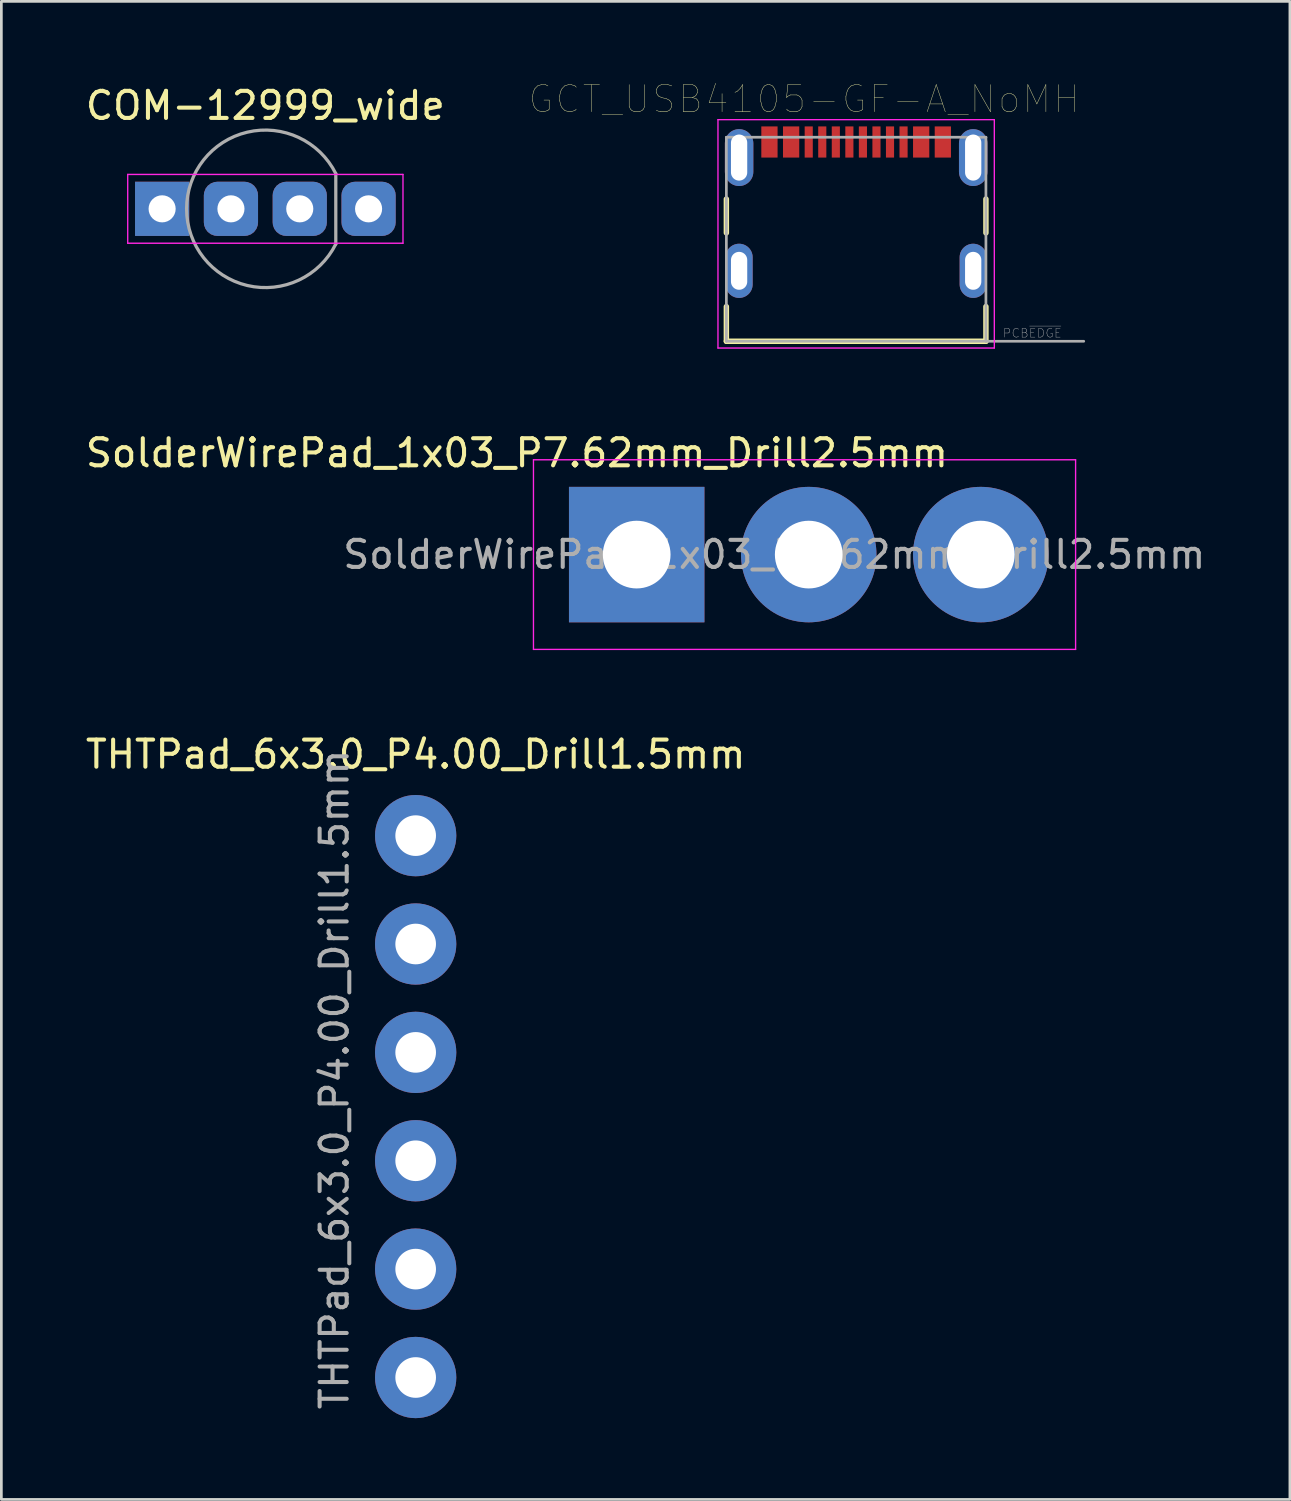
<source format=kicad_pcb>
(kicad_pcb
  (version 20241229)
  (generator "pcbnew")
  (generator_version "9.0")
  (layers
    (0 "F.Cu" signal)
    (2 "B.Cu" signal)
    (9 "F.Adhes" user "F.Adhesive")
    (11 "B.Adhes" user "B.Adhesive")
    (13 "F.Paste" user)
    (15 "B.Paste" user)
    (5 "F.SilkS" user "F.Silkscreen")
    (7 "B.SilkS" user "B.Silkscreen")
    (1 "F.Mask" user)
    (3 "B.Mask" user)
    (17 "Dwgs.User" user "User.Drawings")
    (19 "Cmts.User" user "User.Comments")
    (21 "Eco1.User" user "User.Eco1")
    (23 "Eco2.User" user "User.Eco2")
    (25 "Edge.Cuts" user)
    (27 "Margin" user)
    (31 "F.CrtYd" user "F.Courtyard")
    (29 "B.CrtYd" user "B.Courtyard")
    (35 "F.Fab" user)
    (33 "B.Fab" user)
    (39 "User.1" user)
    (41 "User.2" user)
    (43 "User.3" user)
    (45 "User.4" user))
  (footprint "COM-12999_wide"
    (layer "F.Cu")
    (at 6.744 4.658)
    (property "Reference" "COM-12999_wide" (at 0 -3.81 0) (layer "F.SilkS") (effects (font (size 1 1) (thickness 0.15))))
    (attr through_hole)
    (fp_line (start -5.08 -1.27) (end -5.08 1.27) (stroke (width 0.05) (type solid)) (layer "F.CrtYd"))
    (fp_line (start -5.08 1.27) (end 5.08 1.27) (stroke (width 0.05) (type solid)) (layer "F.CrtYd"))
    (fp_line (start 5.08 -1.27) (end -5.08 -1.27) (stroke (width 0.05) (type solid)) (layer "F.CrtYd"))
    (fp_line (start 5.08 1.27) (end 5.08 -1.27) (stroke (width 0.05) (type solid)) (layer "F.CrtYd"))
    (fp_line (start 2.6 -1.3) (end 2.6 1.3) (stroke (width 0.12) (type solid)) (layer "F.Fab"))
    (fp_arc (start 2.600681 1.298634) (mid -2.906887 0.000763) (end 2.599999 -1.299999) (stroke (width 0.12) (type solid)) (layer "F.Fab"))
    (pad "1" thru_hole rect (at -3.81 0) (size 2 2) (drill 1) (layers "*.Cu" "*.Mask"))
    (pad "2" thru_hole roundrect (at -1.27 0) (size 2 2) (drill 1) (layers "*.Cu" "*.Mask") (roundrect_rratio 0.25))
    (pad "3" thru_hole roundrect (at 1.27 0) (size 2 2) (drill 1) (layers "*.Cu" "*.Mask") (roundrect_rratio 0.25))
    (pad "4" thru_hole roundrect (at 3.81 0) (size 2 2) (drill 1) (layers "*.Cu" "*.Mask") (roundrect_rratio 0.25)))
  (footprint "GCT_USB4105-GF-A_NoMH"
    (layer "F.Cu")
    (at 28.55 6.946)
    (property "Reference" "GCT_USB4105-GF-A_NoMH" (at -1.925 -6.335 0) (layer "F.SilkS") (effects (font (size 1 1) (thickness 0.015))))
    (attr through_hole)
    (fp_line (start -4.79 -2.65) (end -4.79 -1.4) (stroke (width 0.2) (type solid)) (layer "F.SilkS"))
    (fp_line (start -4.79 1.32) (end -4.79 2.6) (stroke (width 0.2) (type solid)) (layer "F.SilkS"))
    (fp_line (start -4.79 2.6) (end 4.79 2.6) (stroke (width 0.2) (type solid)) (layer "F.SilkS"))
    (fp_line (start 4.79 -2.65) (end 4.79 -1.4) (stroke (width 0.2) (type solid)) (layer "F.SilkS"))
    (fp_line (start 4.79 2.6) (end 4.79 1.32) (stroke (width 0.2) (type solid)) (layer "F.SilkS"))
    (fp_line (start -5.1 -5.58) (end -5.1 2.85) (stroke (width 0.05) (type solid)) (layer "F.CrtYd"))
    (fp_line (start -5.1 2.85) (end 5.1 2.85) (stroke (width 0.05) (type solid)) (layer "F.CrtYd"))
    (fp_line (start 5.1 -5.58) (end -5.1 -5.58) (stroke (width 0.05) (type solid)) (layer "F.CrtYd"))
    (fp_line (start 5.1 2.85) (end 5.1 -5.58) (stroke (width 0.05) (type solid)) (layer "F.CrtYd"))
    (fp_line (start -4.79 -4.93) (end 4.79 -4.93) (stroke (width 0.1) (type solid)) (layer "F.Fab"))
    (fp_line (start -4.79 2.6) (end -4.79 -4.93) (stroke (width 0.1) (type solid)) (layer "F.Fab"))
    (fp_line (start 4.79 -4.93) (end 4.79 2.6) (stroke (width 0.1) (type solid)) (layer "F.Fab"))
    (fp_line (start 4.79 2.6) (end -4.79 2.6) (stroke (width 0.1) (type solid)) (layer "F.Fab"))
    (fp_line (start 4.8 2.6) (end 8.4 2.6) (stroke (width 0.1) (type solid)) (layer "F.Fab"))
    (fp_text user "PCB~{EDGE}" (at 6.5 2.3 0) (layer "F.Fab") (effects (font (size 0.32 0.32) (thickness 0.015))))
    (pad "A1/B12" smd rect (at -3.2 -4.755) (size 0.6 1.15) (layers "F.Cu" "F.Mask" "F.Paste"))
    (pad "A4/B9" smd rect (at -2.4 -4.755) (size 0.6 1.15) (layers "F.Cu" "F.Mask" "F.Paste"))
    (pad "A5" smd rect (at -1.25 -4.755) (size 0.3 1.15) (layers "F.Cu" "F.Mask" "F.Paste"))
    (pad "A6" smd rect (at -0.25 -4.755) (size 0.3 1.15) (layers "F.Cu" "F.Mask" "F.Paste"))
    (pad "A7" smd rect (at 0.25 -4.755) (size 0.3 1.15) (layers "F.Cu" "F.Mask" "F.Paste"))
    (pad "A8" smd rect (at 1.25 -4.755) (size 0.3 1.15) (layers "F.Cu" "F.Mask" "F.Paste"))
    (pad "B1/A12" smd rect (at 3.2 -4.755) (size 0.6 1.15) (layers "F.Cu" "F.Mask" "F.Paste"))
    (pad "B4/A9" smd rect (at 2.4 -4.755) (size 0.6 1.15) (layers "F.Cu" "F.Mask" "F.Paste"))
    (pad "B5" smd rect (at 1.75 -4.755) (size 0.3 1.15) (layers "F.Cu" "F.Mask" "F.Paste"))
    (pad "B6" smd rect (at 0.75 -4.755) (size 0.3 1.15) (layers "F.Cu" "F.Mask" "F.Paste"))
    (pad "B7" smd rect (at -0.75 -4.755) (size 0.3 1.15) (layers "F.Cu" "F.Mask" "F.Paste"))
    (pad "B8" smd rect (at -1.75 -4.755) (size 0.3 1.15) (layers "F.Cu" "F.Mask" "F.Paste"))
    (pad "S1" thru_hole oval (at -4.32 -4.18) (size 1.05 2.1) (drill oval 0.6 1.7) (layers "*.Cu" "*.Mask"))
    (pad "S1" thru_hole oval (at -4.32 0) (size 1 2) (drill oval 0.6 1.4) (layers "*.Cu" "*.Mask"))
    (pad "S1" thru_hole oval (at 4.32 -4.18) (size 1.05 2.1) (drill oval 0.6 1.7) (layers "*.Cu" "*.Mask"))
    (pad "S1" thru_hole oval (at 4.32 0) (size 1 2) (drill oval 0.6 1.4) (layers "*.Cu" "*.Mask")))
  (footprint "SolderWirePad_1x03_P7.62mm_Drill2.5mm"
    (layer "F.Cu")
    (at 17.91 17.42)
    (property "Reference" "SolderWirePad_1x03_P7.62mm_Drill2.5mm" (at -1.88 -3.75 0) (layer "F.SilkS") (effects (font (size 1 1) (thickness 0.15))))
    (attr exclude_from_pos_files exclude_from_bom)
    (fp_line (start -1.27 -3.5) (end -1.27 3.5) (stroke (width 0.05) (type solid)) (layer "F.CrtYd"))
    (fp_line (start -1.27 -3.5) (end 18.74 -3.5) (stroke (width 0.05) (type solid)) (layer "F.CrtYd"))
    (fp_line (start 18.74 3.5) (end -1.27 3.5) (stroke (width 0.05) (type solid)) (layer "F.CrtYd"))
    (fp_line (start 18.74 3.5) (end 18.74 -3.5) (stroke (width 0.05) (type solid)) (layer "F.CrtYd"))
    (fp_text user "${REFERENCE}" (at 7.62 0 0) (layer "F.Fab") (effects (font (size 1 1) (thickness 0.15))))
    (pad "1" thru_hole rect (at 2.54 0) (size 5 5) (drill 2.499) (layers "*.Cu" "*.Mask"))
    (pad "2" thru_hole circle (at 8.89 0) (size 5 5) (drill 2.499) (layers "*.Cu" "*.Mask"))
    (pad "3" thru_hole circle (at 15.24 0) (size 5 5) (drill 2.499) (layers "*.Cu" "*.Mask")))
  (footprint "THTPad_6x3.0_P4.00_Drill1.5mm"
    (layer "F.Cu")
    (at 12.292 27.793)
    (property "Reference" "THTPad_6x3.0_P4.00_Drill1.5mm" (at 0 -3 0) (layer "F.SilkS") (effects (font (size 1 1) (thickness 0.15))))
    (attr through_hole)
    (fp_text user "${REFERENCE}" (at -3 9 90) (layer "F.Fab") (effects (font (size 1 1) (thickness 0.15))))
    (pad "1" thru_hole circle (at 0 0) (size 3 3) (drill 1.5) (layers "*.Cu" "*.Mask"))
    (pad "2" thru_hole circle (at 0 4) (size 3 3) (drill 1.5) (layers "*.Cu" "*.Mask"))
    (pad "3" thru_hole circle (at 0 8) (size 3 3) (drill 1.5) (layers "*.Cu" "*.Mask"))
    (pad "4" thru_hole circle (at 0 12) (size 3 3) (drill 1.5) (layers "*.Cu" "*.Mask"))
    (pad "5" thru_hole circle (at 0 16) (size 3 3) (drill 1.5) (layers "*.Cu" "*.Mask"))
    (pad "6" thru_hole circle (at 0 20) (size 3 3) (drill 1.5) (layers "*.Cu" "*.Mask")))
  (gr_rect
    (start -3 -3)
    (end 44.56 52.293)
    (stroke (width 0.1) (type default))
    (fill no)
    (layer "Edge.Cuts")))
</source>
